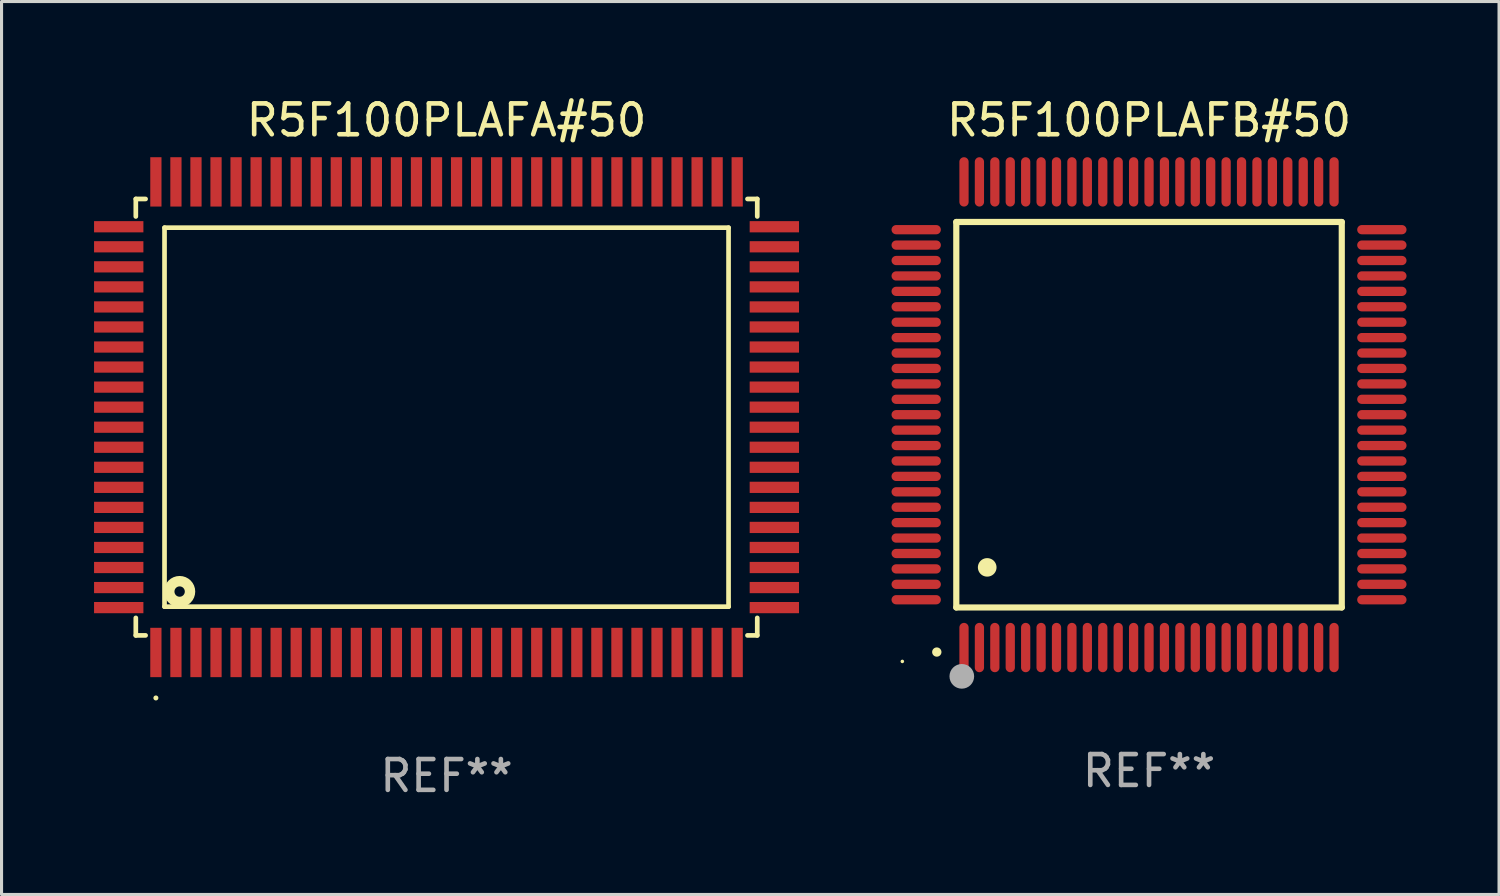
<source format=kicad_pcb>
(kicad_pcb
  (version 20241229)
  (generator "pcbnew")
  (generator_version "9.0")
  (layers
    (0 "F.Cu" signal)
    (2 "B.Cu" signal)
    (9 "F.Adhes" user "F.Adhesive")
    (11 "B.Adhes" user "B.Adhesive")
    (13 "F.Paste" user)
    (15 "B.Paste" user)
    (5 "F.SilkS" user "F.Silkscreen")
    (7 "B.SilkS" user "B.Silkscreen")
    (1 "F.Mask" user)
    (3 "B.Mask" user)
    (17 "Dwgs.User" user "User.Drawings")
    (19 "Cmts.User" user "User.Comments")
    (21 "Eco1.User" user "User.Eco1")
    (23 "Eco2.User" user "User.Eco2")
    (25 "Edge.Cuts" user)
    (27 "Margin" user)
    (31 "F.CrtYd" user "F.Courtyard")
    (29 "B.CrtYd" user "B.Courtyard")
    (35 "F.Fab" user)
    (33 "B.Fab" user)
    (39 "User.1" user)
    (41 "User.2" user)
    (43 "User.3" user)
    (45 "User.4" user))
  (footprint "R5F100PLAFB#50"
    (layer "F.Cu")
    (at 34.21 10.398)
    (property "Reference" "R5F100PLAFB#50" (at 0 -9.55 0) (layer "F.SilkS") (effects (font (size 1 1) (thickness 0.15))))
    (attr through_hole)
    (fp_line (start -6.25 -6.25) (end -6.25 6.25) (stroke (width 0.2) (type solid)) (layer "F.SilkS"))
    (fp_line (start -6.25 6.25) (end 6.25 6.25) (stroke (width 0.2) (type solid)) (layer "F.SilkS"))
    (fp_line (start 6.25 -6.25) (end -6.25 -6.25) (stroke (width 0.2) (type solid)) (layer "F.SilkS"))
    (fp_line (start 6.25 6.25) (end 6.25 -6.25) (stroke (width 0.2) (type solid)) (layer "F.SilkS"))
    (fp_arc (start -6.883414 7.696215) (mid -6.882144 7.69621) (end -6.880874 7.696215) (stroke (width 0.3) (type solid)) (layer "F.SilkS"))
    (fp_arc (start -5.250191 4.95047) (mid -5.247651 4.950459) (end -5.245111 4.95047) (stroke (width 0.6) (type solid)) (layer "F.SilkS"))
    (fp_circle (center -8 8) (end -7.97 8) (stroke (width 0.06) (type solid)) (fill no) (layer "F.SilkS"))
    (fp_circle (center -6.071 8.484) (end -5.871 8.484) (stroke (width 0.4) (type solid)) (fill no) (layer "F.Fab"))
    (fp_text user "REF**" (at 0 11.55 0) (layer "F.Fab") (effects (font (size 1 1) (thickness 0.15))))
    (pad "1" smd oval (at -6 7.55) (size 0.3 1.6) (layers "F.Cu" "F.Mask" "F.Paste"))
    (pad "2" smd oval (at -5.5 7.55) (size 0.3 1.6) (layers "F.Cu" "F.Mask" "F.Paste"))
    (pad "3" smd oval (at -5 7.55) (size 0.3 1.6) (layers "F.Cu" "F.Mask" "F.Paste"))
    (pad "4" smd oval (at -4.5 7.55) (size 0.3 1.6) (layers "F.Cu" "F.Mask" "F.Paste"))
    (pad "5" smd oval (at -4 7.55) (size 0.3 1.6) (layers "F.Cu" "F.Mask" "F.Paste"))
    (pad "6" smd oval (at -3.5 7.55) (size 0.3 1.6) (layers "F.Cu" "F.Mask" "F.Paste"))
    (pad "7" smd oval (at -3 7.55) (size 0.3 1.6) (layers "F.Cu" "F.Mask" "F.Paste"))
    (pad "8" smd oval (at -2.5 7.55) (size 0.3 1.6) (layers "F.Cu" "F.Mask" "F.Paste"))
    (pad "9" smd oval (at -2 7.55) (size 0.3 1.6) (layers "F.Cu" "F.Mask" "F.Paste"))
    (pad "10" smd oval (at -1.5 7.55) (size 0.3 1.6) (layers "F.Cu" "F.Mask" "F.Paste"))
    (pad "11" smd oval (at -1 7.55) (size 0.3 1.6) (layers "F.Cu" "F.Mask" "F.Paste"))
    (pad "12" smd oval (at -0.5 7.55) (size 0.3 1.6) (layers "F.Cu" "F.Mask" "F.Paste"))
    (pad "13" smd oval (at 0 7.55) (size 0.3 1.6) (layers "F.Cu" "F.Mask" "F.Paste"))
    (pad "14" smd oval (at 0.5 7.55) (size 0.3 1.6) (layers "F.Cu" "F.Mask" "F.Paste"))
    (pad "15" smd oval (at 1 7.55) (size 0.3 1.6) (layers "F.Cu" "F.Mask" "F.Paste"))
    (pad "16" smd oval (at 1.5 7.55) (size 0.3 1.6) (layers "F.Cu" "F.Mask" "F.Paste"))
    (pad "17" smd oval (at 2 7.55) (size 0.3 1.6) (layers "F.Cu" "F.Mask" "F.Paste"))
    (pad "18" smd oval (at 2.5 7.55) (size 0.3 1.6) (layers "F.Cu" "F.Mask" "F.Paste"))
    (pad "19" smd oval (at 3 7.55) (size 0.3 1.6) (layers "F.Cu" "F.Mask" "F.Paste"))
    (pad "20" smd oval (at 3.5 7.55) (size 0.3 1.6) (layers "F.Cu" "F.Mask" "F.Paste"))
    (pad "21" smd oval (at 4 7.55) (size 0.3 1.6) (layers "F.Cu" "F.Mask" "F.Paste"))
    (pad "22" smd oval (at 4.5 7.55) (size 0.3 1.6) (layers "F.Cu" "F.Mask" "F.Paste"))
    (pad "23" smd oval (at 5 7.55) (size 0.3 1.6) (layers "F.Cu" "F.Mask" "F.Paste"))
    (pad "24" smd oval (at 5.5 7.55) (size 0.3 1.6) (layers "F.Cu" "F.Mask" "F.Paste"))
    (pad "25" smd oval (at 6 7.55) (size 0.3 1.6) (layers "F.Cu" "F.Mask" "F.Paste"))
    (pad "26" smd oval (at 7.55 6) (size 1.6 0.3) (layers "F.Cu" "F.Mask" "F.Paste"))
    (pad "27" smd oval (at 7.55 5.5) (size 1.6 0.3) (layers "F.Cu" "F.Mask" "F.Paste"))
    (pad "28" smd oval (at 7.55 5) (size 1.6 0.3) (layers "F.Cu" "F.Mask" "F.Paste"))
    (pad "29" smd oval (at 7.55 4.5) (size 1.6 0.3) (layers "F.Cu" "F.Mask" "F.Paste"))
    (pad "30" smd oval (at 7.55 4) (size 1.6 0.3) (layers "F.Cu" "F.Mask" "F.Paste"))
    (pad "31" smd oval (at 7.55 3.5) (size 1.6 0.3) (layers "F.Cu" "F.Mask" "F.Paste"))
    (pad "32" smd oval (at 7.55 3) (size 1.6 0.3) (layers "F.Cu" "F.Mask" "F.Paste"))
    (pad "33" smd oval (at 7.55 2.5) (size 1.6 0.3) (layers "F.Cu" "F.Mask" "F.Paste"))
    (pad "34" smd oval (at 7.55 2) (size 1.6 0.3) (layers "F.Cu" "F.Mask" "F.Paste"))
    (pad "35" smd oval (at 7.55 1.5) (size 1.6 0.3) (layers "F.Cu" "F.Mask" "F.Paste"))
    (pad "36" smd oval (at 7.55 1) (size 1.6 0.3) (layers "F.Cu" "F.Mask" "F.Paste"))
    (pad "37" smd oval (at 7.55 0.5) (size 1.6 0.3) (layers "F.Cu" "F.Mask" "F.Paste"))
    (pad "38" smd oval (at 7.55 0) (size 1.6 0.3) (layers "F.Cu" "F.Mask" "F.Paste"))
    (pad "39" smd oval (at 7.55 -0.5) (size 1.6 0.3) (layers "F.Cu" "F.Mask" "F.Paste"))
    (pad "40" smd oval (at 7.55 -1) (size 1.6 0.3) (layers "F.Cu" "F.Mask" "F.Paste"))
    (pad "41" smd oval (at 7.55 -1.5) (size 1.6 0.3) (layers "F.Cu" "F.Mask" "F.Paste"))
    (pad "42" smd oval (at 7.55 -2) (size 1.6 0.3) (layers "F.Cu" "F.Mask" "F.Paste"))
    (pad "43" smd oval (at 7.55 -2.5) (size 1.6 0.3) (layers "F.Cu" "F.Mask" "F.Paste"))
    (pad "44" smd oval (at 7.55 -3) (size 1.6 0.3) (layers "F.Cu" "F.Mask" "F.Paste"))
    (pad "45" smd oval (at 7.55 -3.5) (size 1.6 0.3) (layers "F.Cu" "F.Mask" "F.Paste"))
    (pad "46" smd oval (at 7.55 -4) (size 1.6 0.3) (layers "F.Cu" "F.Mask" "F.Paste"))
    (pad "47" smd oval (at 7.55 -4.5) (size 1.6 0.3) (layers "F.Cu" "F.Mask" "F.Paste"))
    (pad "48" smd oval (at 7.55 -5) (size 1.6 0.3) (layers "F.Cu" "F.Mask" "F.Paste"))
    (pad "49" smd oval (at 7.55 -5.5) (size 1.6 0.3) (layers "F.Cu" "F.Mask" "F.Paste"))
    (pad "50" smd oval (at 7.55 -6) (size 1.6 0.3) (layers "F.Cu" "F.Mask" "F.Paste"))
    (pad "51" smd oval (at 6 -7.55) (size 0.3 1.6) (layers "F.Cu" "F.Mask" "F.Paste"))
    (pad "52" smd oval (at 5.5 -7.55) (size 0.3 1.6) (layers "F.Cu" "F.Mask" "F.Paste"))
    (pad "53" smd oval (at 5 -7.55) (size 0.3 1.6) (layers "F.Cu" "F.Mask" "F.Paste"))
    (pad "54" smd oval (at 4.5 -7.55) (size 0.3 1.6) (layers "F.Cu" "F.Mask" "F.Paste"))
    (pad "55" smd oval (at 4 -7.55) (size 0.3 1.6) (layers "F.Cu" "F.Mask" "F.Paste"))
    (pad "56" smd oval (at 3.5 -7.55) (size 0.3 1.6) (layers "F.Cu" "F.Mask" "F.Paste"))
    (pad "57" smd oval (at 3 -7.55) (size 0.3 1.6) (layers "F.Cu" "F.Mask" "F.Paste"))
    (pad "58" smd oval (at 2.5 -7.55) (size 0.3 1.6) (layers "F.Cu" "F.Mask" "F.Paste"))
    (pad "59" smd oval (at 2 -7.55) (size 0.3 1.6) (layers "F.Cu" "F.Mask" "F.Paste"))
    (pad "60" smd oval (at 1.5 -7.55) (size 0.3 1.6) (layers "F.Cu" "F.Mask" "F.Paste"))
    (pad "61" smd oval (at 1 -7.55) (size 0.3 1.6) (layers "F.Cu" "F.Mask" "F.Paste"))
    (pad "62" smd oval (at 0.5 -7.55) (size 0.3 1.6) (layers "F.Cu" "F.Mask" "F.Paste"))
    (pad "63" smd oval (at 0 -7.55) (size 0.3 1.6) (layers "F.Cu" "F.Mask" "F.Paste"))
    (pad "64" smd oval (at -0.5 -7.55) (size 0.3 1.6) (layers "F.Cu" "F.Mask" "F.Paste"))
    (pad "65" smd oval (at -1 -7.55) (size 0.3 1.6) (layers "F.Cu" "F.Mask" "F.Paste"))
    (pad "66" smd oval (at -1.5 -7.55) (size 0.3 1.6) (layers "F.Cu" "F.Mask" "F.Paste"))
    (pad "67" smd oval (at -2 -7.55) (size 0.3 1.6) (layers "F.Cu" "F.Mask" "F.Paste"))
    (pad "68" smd oval (at -2.5 -7.55) (size 0.3 1.6) (layers "F.Cu" "F.Mask" "F.Paste"))
    (pad "69" smd oval (at -3 -7.55) (size 0.3 1.6) (layers "F.Cu" "F.Mask" "F.Paste"))
    (pad "70" smd oval (at -3.5 -7.55) (size 0.3 1.6) (layers "F.Cu" "F.Mask" "F.Paste"))
    (pad "71" smd oval (at -4 -7.55) (size 0.3 1.6) (layers "F.Cu" "F.Mask" "F.Paste"))
    (pad "72" smd oval (at -4.5 -7.55) (size 0.3 1.6) (layers "F.Cu" "F.Mask" "F.Paste"))
    (pad "73" smd oval (at -5 -7.55) (size 0.3 1.6) (layers "F.Cu" "F.Mask" "F.Paste"))
    (pad "74" smd oval (at -5.5 -7.55) (size 0.3 1.6) (layers "F.Cu" "F.Mask" "F.Paste"))
    (pad "75" smd oval (at -6 -7.55) (size 0.3 1.6) (layers "F.Cu" "F.Mask" "F.Paste"))
    (pad "76" smd oval (at -7.55 -6) (size 1.6 0.3) (layers "F.Cu" "F.Mask" "F.Paste"))
    (pad "77" smd oval (at -7.55 -5.5) (size 1.6 0.3) (layers "F.Cu" "F.Mask" "F.Paste"))
    (pad "78" smd oval (at -7.55 -5) (size 1.6 0.3) (layers "F.Cu" "F.Mask" "F.Paste"))
    (pad "79" smd oval (at -7.55 -4.5) (size 1.6 0.3) (layers "F.Cu" "F.Mask" "F.Paste"))
    (pad "80" smd oval (at -7.55 -4) (size 1.6 0.3) (layers "F.Cu" "F.Mask" "F.Paste"))
    (pad "81" smd oval (at -7.55 -3.5) (size 1.6 0.3) (layers "F.Cu" "F.Mask" "F.Paste"))
    (pad "82" smd oval (at -7.55 -3) (size 1.6 0.3) (layers "F.Cu" "F.Mask" "F.Paste"))
    (pad "83" smd oval (at -7.55 -2.5) (size 1.6 0.3) (layers "F.Cu" "F.Mask" "F.Paste"))
    (pad "84" smd oval (at -7.55 -2) (size 1.6 0.3) (layers "F.Cu" "F.Mask" "F.Paste"))
    (pad "85" smd oval (at -7.55 -1.5) (size 1.6 0.3) (layers "F.Cu" "F.Mask" "F.Paste"))
    (pad "86" smd oval (at -7.55 -1) (size 1.6 0.3) (layers "F.Cu" "F.Mask" "F.Paste"))
    (pad "87" smd oval (at -7.55 -0.5) (size 1.6 0.3) (layers "F.Cu" "F.Mask" "F.Paste"))
    (pad "88" smd oval (at -7.55 0) (size 1.6 0.3) (layers "F.Cu" "F.Mask" "F.Paste"))
    (pad "89" smd oval (at -7.55 0.5) (size 1.6 0.3) (layers "F.Cu" "F.Mask" "F.Paste"))
    (pad "90" smd oval (at -7.55 1) (size 1.6 0.3) (layers "F.Cu" "F.Mask" "F.Paste"))
    (pad "91" smd oval (at -7.55 1.5) (size 1.6 0.3) (layers "F.Cu" "F.Mask" "F.Paste"))
    (pad "92" smd oval (at -7.55 2) (size 1.6 0.3) (layers "F.Cu" "F.Mask" "F.Paste"))
    (pad "93" smd oval (at -7.55 2.5) (size 1.6 0.3) (layers "F.Cu" "F.Mask" "F.Paste"))
    (pad "94" smd oval (at -7.55 3) (size 1.6 0.3) (layers "F.Cu" "F.Mask" "F.Paste"))
    (pad "95" smd oval (at -7.55 3.5) (size 1.6 0.3) (layers "F.Cu" "F.Mask" "F.Paste"))
    (pad "96" smd oval (at -7.55 4) (size 1.6 0.3) (layers "F.Cu" "F.Mask" "F.Paste"))
    (pad "97" smd oval (at -7.55 4.5) (size 1.6 0.3) (layers "F.Cu" "F.Mask" "F.Paste"))
    (pad "98" smd oval (at -7.55 5) (size 1.6 0.3) (layers "F.Cu" "F.Mask" "F.Paste"))
    (pad "99" smd oval (at -7.55 5.5) (size 1.6 0.3) (layers "F.Cu" "F.Mask" "F.Paste"))
    (pad "100" smd oval (at -7.55 6) (size 1.6 0.3) (layers "F.Cu" "F.Mask" "F.Paste")))
  (footprint "R5F100PLAFA#50"
    (layer "F.Cu")
    (at 11.43 10.478)
    (property "Reference" "R5F100PLAFA#50" (at 0 -9.63 0) (layer "F.SilkS") (effects (font (size 1 1) (thickness 0.15))))
    (attr through_hole)
    (fp_line (start -10.076 -7.076) (end -10.076 -6.509) (stroke (width 0.152) (type solid)) (layer "F.SilkS"))
    (fp_line (start -10.076 7.076) (end -10.076 6.509) (stroke (width 0.152) (type solid)) (layer "F.SilkS"))
    (fp_line (start -9.759 -7.076) (end -10.076 -7.076) (stroke (width 0.152) (type solid)) (layer "F.SilkS"))
    (fp_line (start -9.759 7.076) (end -10.076 7.076) (stroke (width 0.152) (type solid)) (layer "F.SilkS"))
    (fp_line (start -9.145 -6.145) (end 9.145 -6.145) (stroke (width 0.152) (type solid)) (layer "F.SilkS"))
    (fp_line (start -9.145 6.145) (end -9.145 -6.145) (stroke (width 0.152) (type solid)) (layer "F.SilkS"))
    (fp_line (start 9.145 -6.145) (end 9.145 6.145) (stroke (width 0.152) (type solid)) (layer "F.SilkS"))
    (fp_line (start 9.145 6.145) (end -9.145 6.145) (stroke (width 0.152) (type solid)) (layer "F.SilkS"))
    (fp_line (start 9.759 -7.076) (end 10.076 -7.076) (stroke (width 0.152) (type solid)) (layer "F.SilkS"))
    (fp_line (start 9.759 7.076) (end 10.076 7.076) (stroke (width 0.152) (type solid)) (layer "F.SilkS"))
    (fp_line (start 10.076 -7.076) (end 10.076 -6.509) (stroke (width 0.152) (type solid)) (layer "F.SilkS"))
    (fp_line (start 10.076 7.076) (end 10.076 6.509) (stroke (width 0.152) (type solid)) (layer "F.SilkS"))
    (fp_circle (center -9.425 9.105) (end -9.384 9.105) (stroke (width 0.081) (type solid)) (fill no) (layer "F.SilkS"))
    (fp_circle (center -8.655 5.655) (end -8.487 5.655) (stroke (width 0.338) (type solid)) (fill no) (layer "F.SilkS"))
    (fp_text user "REF**" (at 0 11.63 0) (layer "F.Fab") (effects (font (size 1 1) (thickness 0.15))))
    (pad "1" smd rect (at -9.425 7.63) (size 0.364 1.6) (layers "F.Cu" "F.Mask" "F.Paste"))
    (pad "2" smd rect (at -8.775 7.63) (size 0.364 1.6) (layers "F.Cu" "F.Mask" "F.Paste"))
    (pad "3" smd rect (at -8.125 7.63) (size 0.364 1.6) (layers "F.Cu" "F.Mask" "F.Paste"))
    (pad "4" smd rect (at -7.475 7.63) (size 0.364 1.6) (layers "F.Cu" "F.Mask" "F.Paste"))
    (pad "5" smd rect (at -6.825 7.63) (size 0.364 1.6) (layers "F.Cu" "F.Mask" "F.Paste"))
    (pad "6" smd rect (at -6.175 7.63) (size 0.364 1.6) (layers "F.Cu" "F.Mask" "F.Paste"))
    (pad "7" smd rect (at -5.525 7.63) (size 0.364 1.6) (layers "F.Cu" "F.Mask" "F.Paste"))
    (pad "8" smd rect (at -4.875 7.63) (size 0.364 1.6) (layers "F.Cu" "F.Mask" "F.Paste"))
    (pad "9" smd rect (at -4.225 7.63) (size 0.364 1.6) (layers "F.Cu" "F.Mask" "F.Paste"))
    (pad "10" smd rect (at -3.575 7.63) (size 0.364 1.6) (layers "F.Cu" "F.Mask" "F.Paste"))
    (pad "11" smd rect (at -2.925 7.63) (size 0.364 1.6) (layers "F.Cu" "F.Mask" "F.Paste"))
    (pad "12" smd rect (at -2.275 7.63) (size 0.364 1.6) (layers "F.Cu" "F.Mask" "F.Paste"))
    (pad "13" smd rect (at -1.625 7.63) (size 0.364 1.6) (layers "F.Cu" "F.Mask" "F.Paste"))
    (pad "14" smd rect (at -0.975 7.63) (size 0.364 1.6) (layers "F.Cu" "F.Mask" "F.Paste"))
    (pad "15" smd rect (at -0.325 7.63) (size 0.364 1.6) (layers "F.Cu" "F.Mask" "F.Paste"))
    (pad "16" smd rect (at 0.325 7.63) (size 0.364 1.6) (layers "F.Cu" "F.Mask" "F.Paste"))
    (pad "17" smd rect (at 0.975 7.63) (size 0.364 1.6) (layers "F.Cu" "F.Mask" "F.Paste"))
    (pad "18" smd rect (at 1.625 7.63) (size 0.364 1.6) (layers "F.Cu" "F.Mask" "F.Paste"))
    (pad "19" smd rect (at 2.275 7.63) (size 0.364 1.6) (layers "F.Cu" "F.Mask" "F.Paste"))
    (pad "20" smd rect (at 2.925 7.63) (size 0.364 1.6) (layers "F.Cu" "F.Mask" "F.Paste"))
    (pad "21" smd rect (at 3.575 7.63) (size 0.364 1.6) (layers "F.Cu" "F.Mask" "F.Paste"))
    (pad "22" smd rect (at 4.225 7.63) (size 0.364 1.6) (layers "F.Cu" "F.Mask" "F.Paste"))
    (pad "23" smd rect (at 4.875 7.63) (size 0.364 1.6) (layers "F.Cu" "F.Mask" "F.Paste"))
    (pad "24" smd rect (at 5.525 7.63) (size 0.364 1.6) (layers "F.Cu" "F.Mask" "F.Paste"))
    (pad "25" smd rect (at 6.175 7.63) (size 0.364 1.6) (layers "F.Cu" "F.Mask" "F.Paste"))
    (pad "26" smd rect (at 6.825 7.63) (size 0.364 1.6) (layers "F.Cu" "F.Mask" "F.Paste"))
    (pad "27" smd rect (at 7.475 7.63) (size 0.364 1.6) (layers "F.Cu" "F.Mask" "F.Paste"))
    (pad "28" smd rect (at 8.125 7.63) (size 0.364 1.6) (layers "F.Cu" "F.Mask" "F.Paste"))
    (pad "29" smd rect (at 8.775 7.63) (size 0.364 1.6) (layers "F.Cu" "F.Mask" "F.Paste"))
    (pad "30" smd rect (at 9.425 7.63) (size 0.364 1.6) (layers "F.Cu" "F.Mask" "F.Paste"))
    (pad "31" smd rect (at 10.63 6.175) (size 1.6 0.364) (layers "F.Cu" "F.Mask" "F.Paste"))
    (pad "32" smd rect (at 10.63 5.525) (size 1.6 0.364) (layers "F.Cu" "F.Mask" "F.Paste"))
    (pad "33" smd rect (at 10.63 4.875) (size 1.6 0.364) (layers "F.Cu" "F.Mask" "F.Paste"))
    (pad "34" smd rect (at 10.63 4.225) (size 1.6 0.364) (layers "F.Cu" "F.Mask" "F.Paste"))
    (pad "35" smd rect (at 10.63 3.575) (size 1.6 0.364) (layers "F.Cu" "F.Mask" "F.Paste"))
    (pad "36" smd rect (at 10.63 2.925) (size 1.6 0.364) (layers "F.Cu" "F.Mask" "F.Paste"))
    (pad "37" smd rect (at 10.63 2.275) (size 1.6 0.364) (layers "F.Cu" "F.Mask" "F.Paste"))
    (pad "38" smd rect (at 10.63 1.625) (size 1.6 0.364) (layers "F.Cu" "F.Mask" "F.Paste"))
    (pad "39" smd rect (at 10.63 0.975) (size 1.6 0.364) (layers "F.Cu" "F.Mask" "F.Paste"))
    (pad "40" smd rect (at 10.63 0.325) (size 1.6 0.364) (layers "F.Cu" "F.Mask" "F.Paste"))
    (pad "41" smd rect (at 10.63 -0.325) (size 1.6 0.364) (layers "F.Cu" "F.Mask" "F.Paste"))
    (pad "42" smd rect (at 10.63 -0.975) (size 1.6 0.364) (layers "F.Cu" "F.Mask" "F.Paste"))
    (pad "43" smd rect (at 10.63 -1.625) (size 1.6 0.364) (layers "F.Cu" "F.Mask" "F.Paste"))
    (pad "44" smd rect (at 10.63 -2.275) (size 1.6 0.364) (layers "F.Cu" "F.Mask" "F.Paste"))
    (pad "45" smd rect (at 10.63 -2.925) (size 1.6 0.364) (layers "F.Cu" "F.Mask" "F.Paste"))
    (pad "46" smd rect (at 10.63 -3.575) (size 1.6 0.364) (layers "F.Cu" "F.Mask" "F.Paste"))
    (pad "47" smd rect (at 10.63 -4.225) (size 1.6 0.364) (layers "F.Cu" "F.Mask" "F.Paste"))
    (pad "48" smd rect (at 10.63 -4.875) (size 1.6 0.364) (layers "F.Cu" "F.Mask" "F.Paste"))
    (pad "49" smd rect (at 10.63 -5.525) (size 1.6 0.364) (layers "F.Cu" "F.Mask" "F.Paste"))
    (pad "50" smd rect (at 10.63 -6.175) (size 1.6 0.364) (layers "F.Cu" "F.Mask" "F.Paste"))
    (pad "51" smd rect (at 9.425 -7.63) (size 0.364 1.6) (layers "F.Cu" "F.Mask" "F.Paste"))
    (pad "52" smd rect (at 8.775 -7.63) (size 0.364 1.6) (layers "F.Cu" "F.Mask" "F.Paste"))
    (pad "53" smd rect (at 8.125 -7.63) (size 0.364 1.6) (layers "F.Cu" "F.Mask" "F.Paste"))
    (pad "54" smd rect (at 7.475 -7.63) (size 0.364 1.6) (layers "F.Cu" "F.Mask" "F.Paste"))
    (pad "55" smd rect (at 6.825 -7.63) (size 0.364 1.6) (layers "F.Cu" "F.Mask" "F.Paste"))
    (pad "56" smd rect (at 6.175 -7.63) (size 0.364 1.6) (layers "F.Cu" "F.Mask" "F.Paste"))
    (pad "57" smd rect (at 5.525 -7.63) (size 0.364 1.6) (layers "F.Cu" "F.Mask" "F.Paste"))
    (pad "58" smd rect (at 4.875 -7.63) (size 0.364 1.6) (layers "F.Cu" "F.Mask" "F.Paste"))
    (pad "59" smd rect (at 4.225 -7.63) (size 0.364 1.6) (layers "F.Cu" "F.Mask" "F.Paste"))
    (pad "60" smd rect (at 3.575 -7.63) (size 0.364 1.6) (layers "F.Cu" "F.Mask" "F.Paste"))
    (pad "61" smd rect (at 2.925 -7.63) (size 0.364 1.6) (layers "F.Cu" "F.Mask" "F.Paste"))
    (pad "62" smd rect (at 2.275 -7.63) (size 0.364 1.6) (layers "F.Cu" "F.Mask" "F.Paste"))
    (pad "63" smd rect (at 1.625 -7.63) (size 0.364 1.6) (layers "F.Cu" "F.Mask" "F.Paste"))
    (pad "64" smd rect (at 0.975 -7.63) (size 0.364 1.6) (layers "F.Cu" "F.Mask" "F.Paste"))
    (pad "65" smd rect (at 0.325 -7.63) (size 0.364 1.6) (layers "F.Cu" "F.Mask" "F.Paste"))
    (pad "66" smd rect (at -0.325 -7.63) (size 0.364 1.6) (layers "F.Cu" "F.Mask" "F.Paste"))
    (pad "67" smd rect (at -0.975 -7.63) (size 0.364 1.6) (layers "F.Cu" "F.Mask" "F.Paste"))
    (pad "68" smd rect (at -1.625 -7.63) (size 0.364 1.6) (layers "F.Cu" "F.Mask" "F.Paste"))
    (pad "69" smd rect (at -2.275 -7.63) (size 0.364 1.6) (layers "F.Cu" "F.Mask" "F.Paste"))
    (pad "70" smd rect (at -2.925 -7.63) (size 0.364 1.6) (layers "F.Cu" "F.Mask" "F.Paste"))
    (pad "71" smd rect (at -3.575 -7.63) (size 0.364 1.6) (layers "F.Cu" "F.Mask" "F.Paste"))
    (pad "72" smd rect (at -4.225 -7.63) (size 0.364 1.6) (layers "F.Cu" "F.Mask" "F.Paste"))
    (pad "73" smd rect (at -4.875 -7.63) (size 0.364 1.6) (layers "F.Cu" "F.Mask" "F.Paste"))
    (pad "74" smd rect (at -5.525 -7.63) (size 0.364 1.6) (layers "F.Cu" "F.Mask" "F.Paste"))
    (pad "75" smd rect (at -6.175 -7.63) (size 0.364 1.6) (layers "F.Cu" "F.Mask" "F.Paste"))
    (pad "76" smd rect (at -6.825 -7.63) (size 0.364 1.6) (layers "F.Cu" "F.Mask" "F.Paste"))
    (pad "77" smd rect (at -7.475 -7.63) (size 0.364 1.6) (layers "F.Cu" "F.Mask" "F.Paste"))
    (pad "78" smd rect (at -8.125 -7.63) (size 0.364 1.6) (layers "F.Cu" "F.Mask" "F.Paste"))
    (pad "79" smd rect (at -8.775 -7.63) (size 0.364 1.6) (layers "F.Cu" "F.Mask" "F.Paste"))
    (pad "80" smd rect (at -9.425 -7.63) (size 0.364 1.6) (layers "F.Cu" "F.Mask" "F.Paste"))
    (pad "81" smd rect (at -10.63 -6.175) (size 1.6 0.364) (layers "F.Cu" "F.Mask" "F.Paste"))
    (pad "82" smd rect (at -10.63 -5.525) (size 1.6 0.364) (layers "F.Cu" "F.Mask" "F.Paste"))
    (pad "83" smd rect (at -10.63 -4.875) (size 1.6 0.364) (layers "F.Cu" "F.Mask" "F.Paste"))
    (pad "84" smd rect (at -10.63 -4.225) (size 1.6 0.364) (layers "F.Cu" "F.Mask" "F.Paste"))
    (pad "85" smd rect (at -10.63 -3.575) (size 1.6 0.364) (layers "F.Cu" "F.Mask" "F.Paste"))
    (pad "86" smd rect (at -10.63 -2.925) (size 1.6 0.364) (layers "F.Cu" "F.Mask" "F.Paste"))
    (pad "87" smd rect (at -10.63 -2.275) (size 1.6 0.364) (layers "F.Cu" "F.Mask" "F.Paste"))
    (pad "88" smd rect (at -10.63 -1.625) (size 1.6 0.364) (layers "F.Cu" "F.Mask" "F.Paste"))
    (pad "89" smd rect (at -10.63 -0.975) (size 1.6 0.364) (layers "F.Cu" "F.Mask" "F.Paste"))
    (pad "90" smd rect (at -10.63 -0.325) (size 1.6 0.364) (layers "F.Cu" "F.Mask" "F.Paste"))
    (pad "91" smd rect (at -10.63 0.325) (size 1.6 0.364) (layers "F.Cu" "F.Mask" "F.Paste"))
    (pad "92" smd rect (at -10.63 0.975) (size 1.6 0.364) (layers "F.Cu" "F.Mask" "F.Paste"))
    (pad "93" smd rect (at -10.63 1.625) (size 1.6 0.364) (layers "F.Cu" "F.Mask" "F.Paste"))
    (pad "94" smd rect (at -10.63 2.275) (size 1.6 0.364) (layers "F.Cu" "F.Mask" "F.Paste"))
    (pad "95" smd rect (at -10.63 2.925) (size 1.6 0.364) (layers "F.Cu" "F.Mask" "F.Paste"))
    (pad "96" smd rect (at -10.63 3.575) (size 1.6 0.364) (layers "F.Cu" "F.Mask" "F.Paste"))
    (pad "97" smd rect (at -10.63 4.225) (size 1.6 0.364) (layers "F.Cu" "F.Mask" "F.Paste"))
    (pad "98" smd rect (at -10.63 4.875) (size 1.6 0.364) (layers "F.Cu" "F.Mask" "F.Paste"))
    (pad "99" smd rect (at -10.63 5.525) (size 1.6 0.364) (layers "F.Cu" "F.Mask" "F.Paste"))
    (pad "100" smd rect (at -10.63 6.175) (size 1.6 0.364) (layers "F.Cu" "F.Mask" "F.Paste")))
  (gr_rect
    (start -3 -3)
    (end 45.56 25.956)
    (stroke (width 0.1) (type default))
    (fill no)
    (layer "Edge.Cuts")))
</source>
